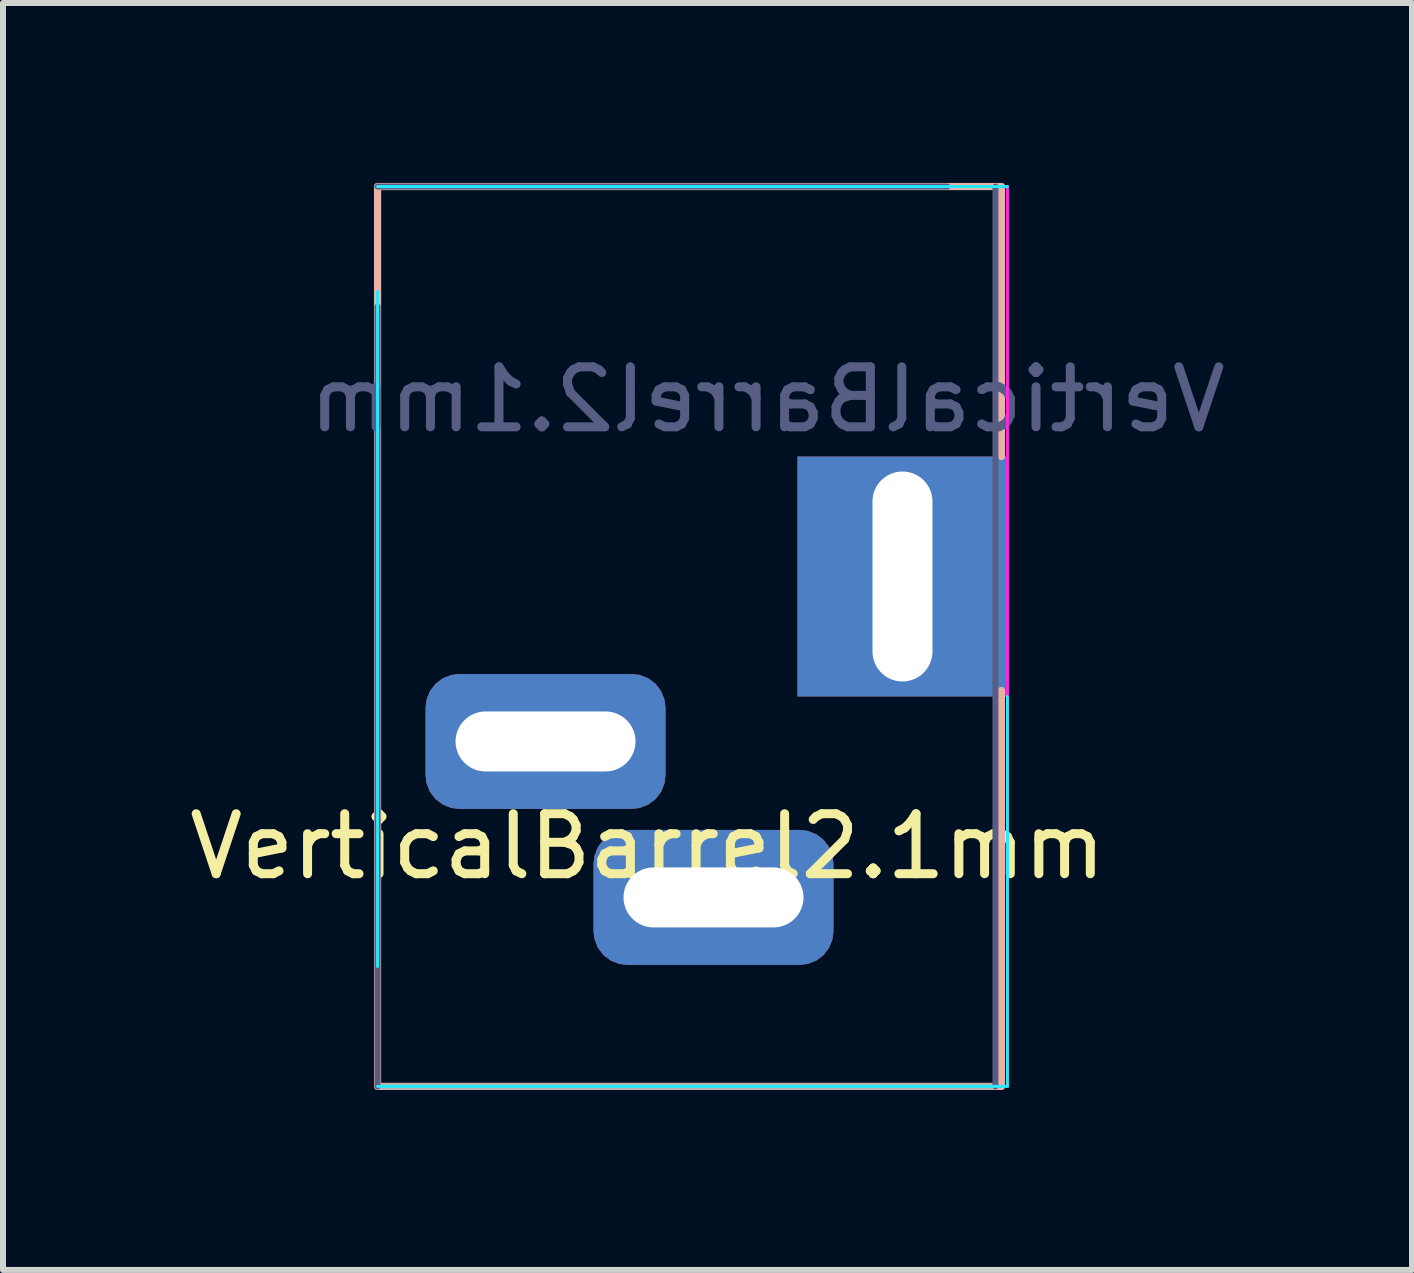
<source format=kicad_pcb>
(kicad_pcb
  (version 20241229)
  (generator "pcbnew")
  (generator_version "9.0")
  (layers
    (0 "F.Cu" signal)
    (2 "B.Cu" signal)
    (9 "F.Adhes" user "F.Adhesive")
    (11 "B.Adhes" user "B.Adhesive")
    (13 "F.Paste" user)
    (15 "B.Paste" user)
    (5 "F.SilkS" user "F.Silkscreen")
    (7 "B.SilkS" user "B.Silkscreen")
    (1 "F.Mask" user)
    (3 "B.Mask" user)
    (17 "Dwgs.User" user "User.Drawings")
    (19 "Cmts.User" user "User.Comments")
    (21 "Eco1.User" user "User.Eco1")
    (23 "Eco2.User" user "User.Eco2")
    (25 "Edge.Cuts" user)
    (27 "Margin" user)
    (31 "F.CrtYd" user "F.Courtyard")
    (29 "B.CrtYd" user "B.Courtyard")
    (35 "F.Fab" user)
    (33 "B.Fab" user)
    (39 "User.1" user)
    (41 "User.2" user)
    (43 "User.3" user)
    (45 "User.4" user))
  (footprint "VerticalBarrel2.1mm"
    (layer "F.Cu")
    (at 12.744 6.56)
    (property "Reference" "VerticalBarrel2.1mm" (at -5 4.5 180) (layer "F.SilkS") (effects (font (size 1 1) (thickness 0.15))))
    (attr through_hole)
    (fp_line (start -9.5 -6.5) (end 0.9 -6.5) (stroke (width 0.12) (type solid)) (layer "B.SilkS"))
    (fp_line (start -9.5 8.5) (end -9.5 -6.5) (stroke (width 0.12) (type solid)) (layer "B.SilkS"))
    (fp_line (start 0.9 -6.5) (end 0.9 -2) (stroke (width 0.12) (type solid)) (layer "B.SilkS"))
    (fp_line (start 0.9 1.9) (end 0.9 8.5) (stroke (width 0.12) (type solid)) (layer "B.SilkS"))
    (fp_line (start 0.9 8.5) (end -9.5 8.5) (stroke (width 0.12) (type solid)) (layer "B.SilkS"))
    (fp_line (start -9.5 6.5) (end -9.5 -4.75) (stroke (width 0.05) (type solid)) (layer "B.CrtYd"))
    (fp_line (start 1 -6.5) (end -9.5 -6.5) (stroke (width 0.05) (type solid)) (layer "B.CrtYd"))
    (fp_line (start 1 2) (end 1 8.5) (stroke (width 0.05) (type solid)) (layer "B.CrtYd"))
    (fp_line (start 1 8.5) (end -9.5 8.5) (stroke (width 0.05) (type solid)) (layer "B.CrtYd"))
    (fp_line (start 1 -4.5) (end 1 -6.5) (stroke (width 0.05) (type solid)) (layer "F.CrtYd"))
    (fp_line (start 1 -4.5) (end 1 -2) (stroke (width 0.05) (type solid)) (layer "F.CrtYd"))
    (fp_line (start 1 -2) (end 1 -2) (stroke (width 0.05) (type solid)) (layer "F.CrtYd"))
    (fp_line (start 1 -2) (end 1 2) (stroke (width 0.05) (type solid)) (layer "F.CrtYd"))
    (fp_line (start 1 2) (end 1 2) (stroke (width 0.05) (type solid)) (layer "F.CrtYd"))
    (fp_line (start -9.5 -4.5) (end -9.5 8.5) (stroke (width 0.1) (type solid)) (layer "B.Fab"))
    (fp_line (start 0 -6.5) (end -9.5 -6.5) (stroke (width 0.1) (type solid)) (layer "B.Fab"))
    (fp_line (start 0.8 8.5) (end 0.8 -6.5) (stroke (width 0.1) (type solid)) (layer "B.Fab"))
    (fp_line (start -9.5 8.5) (end 0.8 8.5) (stroke (width 0.1) (type solid)) (layer "F.Fab"))
    (fp_text user "${REFERENCE}" (at -3 -2.95 180) (layer "B.Fab") (effects (font (size 1 1) (thickness 0.15)) (justify mirror)))
    (pad "1" thru_hole rect (at -0.75 0) (size 3.5 4) (drill oval 1 3.5) (layers "*.Cu" "*.Mask"))
    (pad "2" thru_hole roundrect (at -6.7 2.75 90) (size 2.25 4) (drill oval 1 3) (layers "*.Cu" "*.Mask") (roundrect_rratio 0.25))
    (pad "3" thru_hole roundrect (at -3.9 5.35 270) (size 2.25 4) (drill oval 1 3) (layers "*.Cu" "*.Mask") (roundrect_rratio 0.25)))
  (gr_rect
    (start -3 -3)
    (end 20.488 18.12)
    (stroke (width 0.1) (type default))
    (fill no)
    (layer "Edge.Cuts")))
</source>
